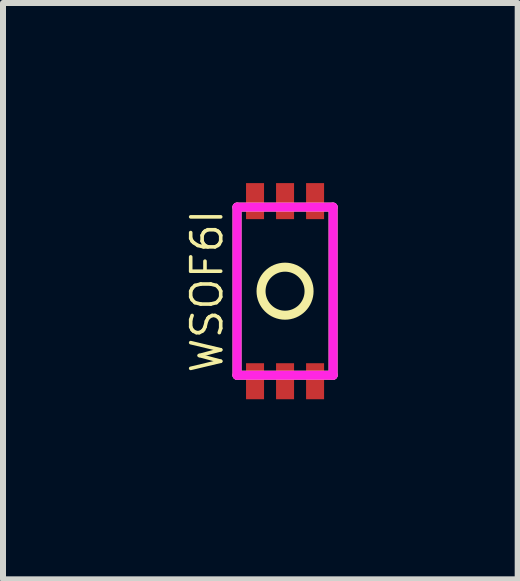
<source format=kicad_pcb>
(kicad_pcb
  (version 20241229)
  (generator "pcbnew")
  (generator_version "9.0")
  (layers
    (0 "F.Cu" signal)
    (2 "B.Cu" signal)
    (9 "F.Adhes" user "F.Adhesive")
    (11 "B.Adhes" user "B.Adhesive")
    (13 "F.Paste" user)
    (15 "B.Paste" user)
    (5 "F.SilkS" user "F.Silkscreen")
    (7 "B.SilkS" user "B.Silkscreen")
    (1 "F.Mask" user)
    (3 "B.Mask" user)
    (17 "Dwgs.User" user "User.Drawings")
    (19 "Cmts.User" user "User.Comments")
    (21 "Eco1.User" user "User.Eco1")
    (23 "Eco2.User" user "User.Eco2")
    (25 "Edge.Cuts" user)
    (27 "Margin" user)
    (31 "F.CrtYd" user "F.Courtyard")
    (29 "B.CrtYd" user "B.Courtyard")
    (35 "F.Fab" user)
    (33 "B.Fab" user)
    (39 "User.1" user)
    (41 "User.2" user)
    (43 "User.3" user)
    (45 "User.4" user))
  (footprint "WSOF6I"
    (layer "F.Cu")
    (at 1.698 1.8)
    (property "Reference" "WSOF6I" (at -1.3 0 90) (layer "F.SilkS") (effects (font (size 0.5 0.5) (thickness 0.06))))
    (attr through_hole)
    (fp_line (start -0.8 -1.4) (end 0.8 -1.4) (stroke (width 0.15) (type solid)) (layer "F.SilkS"))
    (fp_line (start -0.8 1.4) (end -0.8 -1.4) (stroke (width 0.15) (type solid)) (layer "F.SilkS"))
    (fp_line (start 0.8 -1.4) (end 0.8 1.4) (stroke (width 0.15) (type solid)) (layer "F.SilkS"))
    (fp_line (start 0.8 1.4) (end -0.8 1.4) (stroke (width 0.15) (type solid)) (layer "F.SilkS"))
    (fp_circle (center 0 0) (end 0.4 0) (stroke (width 0.15) (type solid)) (fill no) (layer "F.SilkS"))
    (fp_line (start -0.8 -1.4) (end -0.8 1.4) (stroke (width 0.15) (type solid)) (layer "F.CrtYd"))
    (fp_line (start -0.8 1.4) (end 0.8 1.4) (stroke (width 0.15) (type solid)) (layer "F.CrtYd"))
    (fp_line (start 0.8 -1.4) (end -0.8 -1.4) (stroke (width 0.15) (type solid)) (layer "F.CrtYd"))
    (fp_line (start 0.8 1.4) (end 0.8 -1.4) (stroke (width 0.15) (type solid)) (layer "F.CrtYd"))
    (pad "1" smd rect (at -0.5 1.5) (size 0.3 0.6) (layers "F.Cu" "F.Mask" "F.Paste"))
    (pad "2" smd rect (at 0 1.5) (size 0.3 0.6) (layers "F.Cu" "F.Mask" "F.Paste"))
    (pad "3" smd rect (at 0.5 1.5) (size 0.3 0.6) (layers "F.Cu" "F.Mask" "F.Paste"))
    (pad "4" smd rect (at 0.5 -1.5) (size 0.3 0.6) (layers "F.Cu" "F.Mask" "F.Paste"))
    (pad "5" smd rect (at 0 -1.5) (size 0.3 0.6) (layers "F.Cu" "F.Mask" "F.Paste"))
    (pad "6" smd rect (at -0.5 -1.5) (size 0.3 0.6) (layers "F.Cu" "F.Mask" "F.Paste")))
  (gr_rect
    (start -3 -3)
    (end 5.573 6.6)
    (stroke (width 0.1) (type default))
    (fill no)
    (layer "Edge.Cuts")))
</source>
